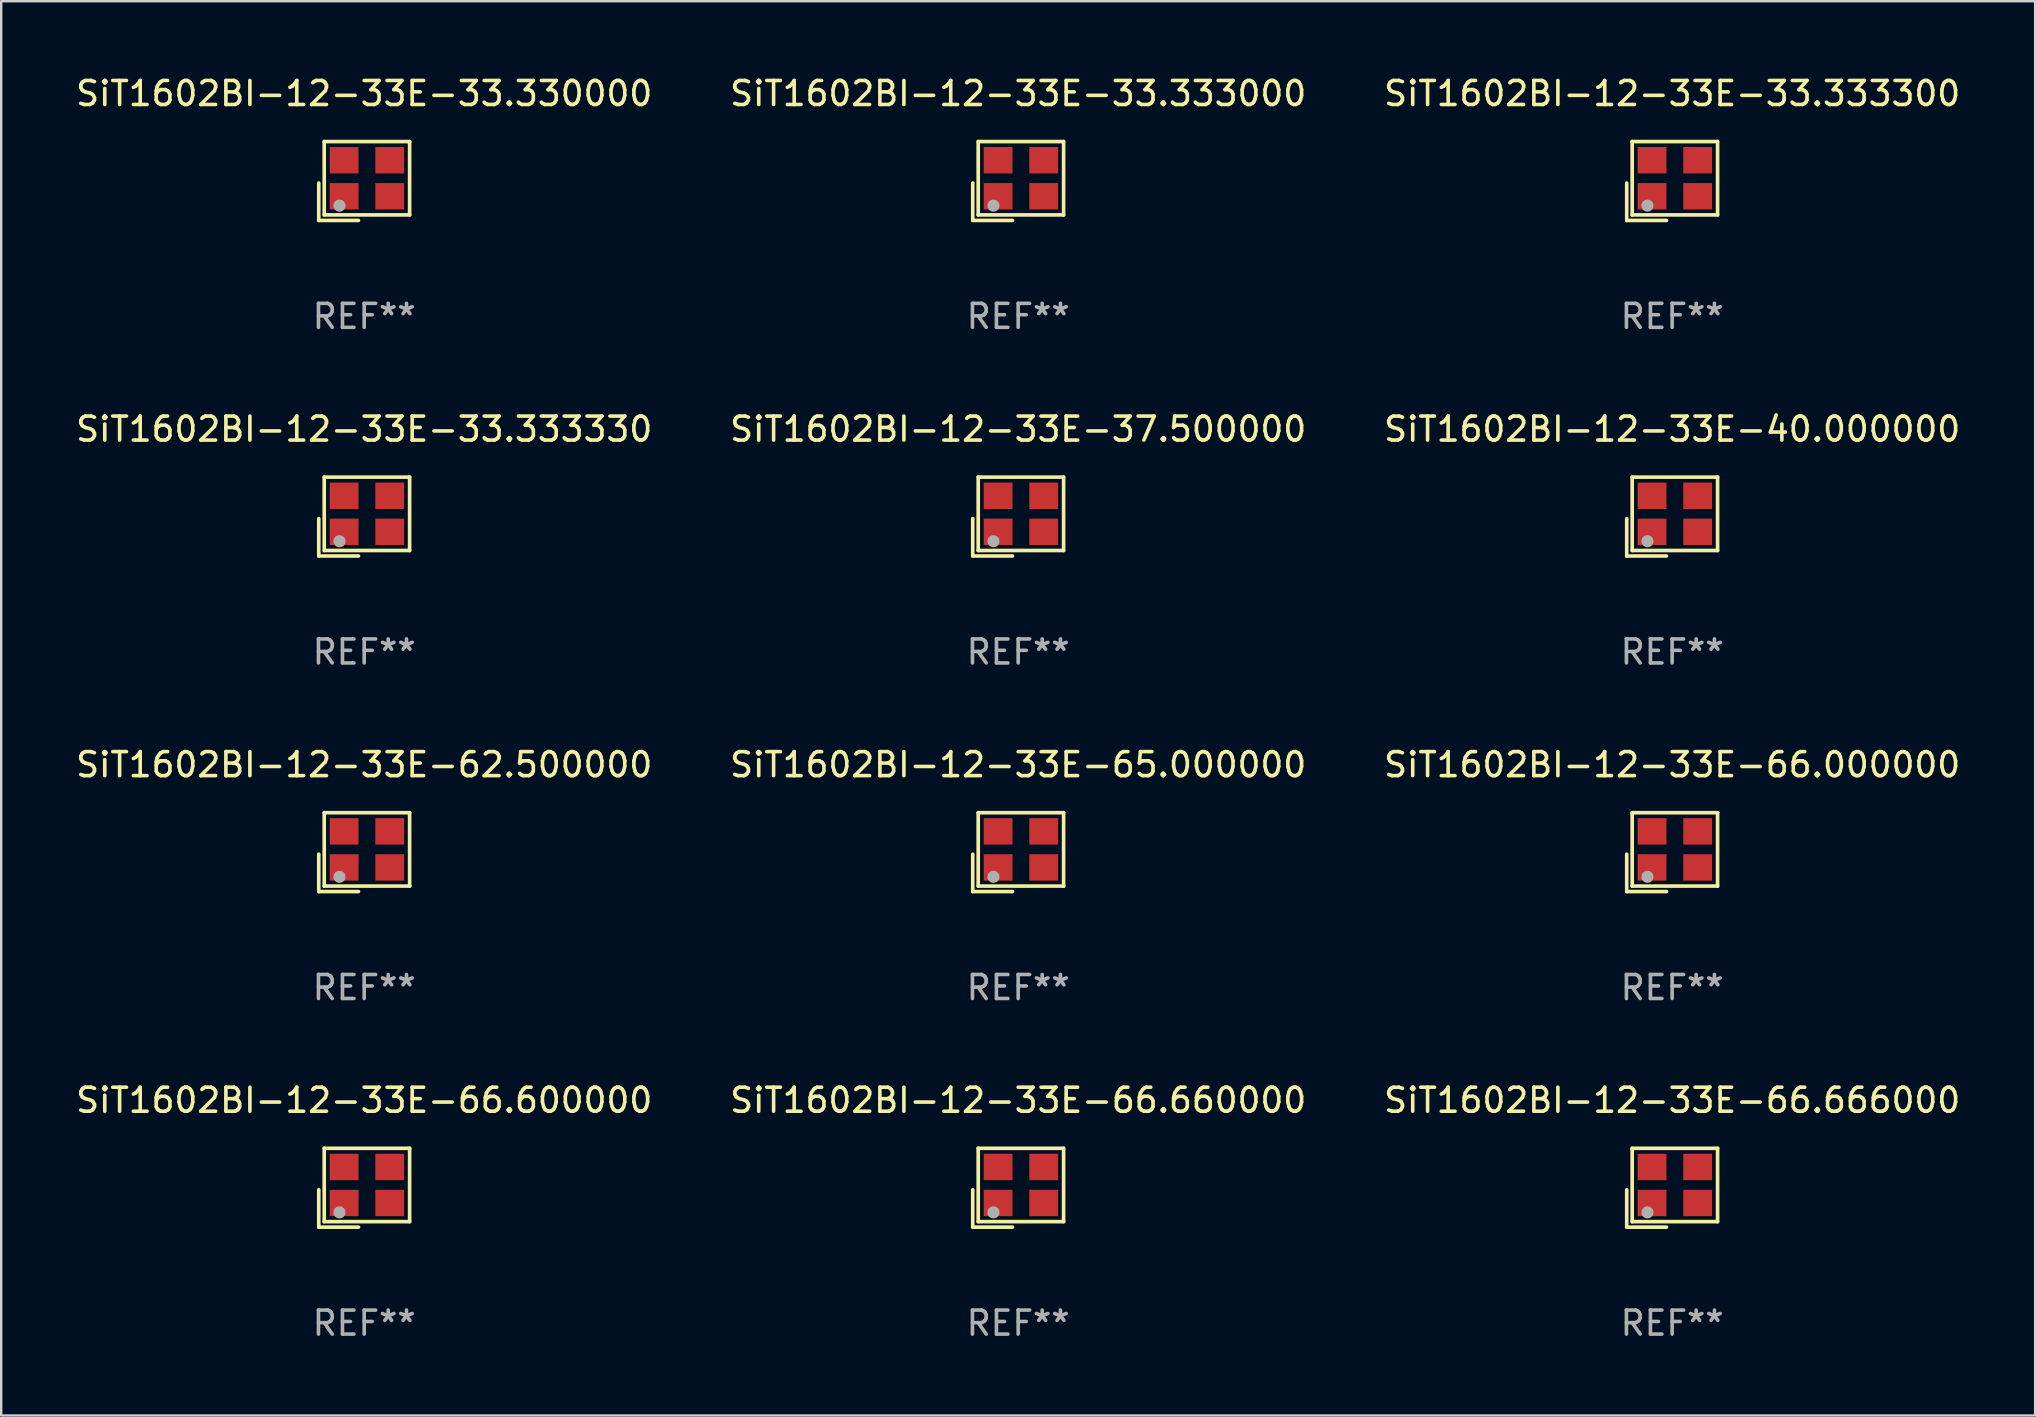
<source format=kicad_pcb>
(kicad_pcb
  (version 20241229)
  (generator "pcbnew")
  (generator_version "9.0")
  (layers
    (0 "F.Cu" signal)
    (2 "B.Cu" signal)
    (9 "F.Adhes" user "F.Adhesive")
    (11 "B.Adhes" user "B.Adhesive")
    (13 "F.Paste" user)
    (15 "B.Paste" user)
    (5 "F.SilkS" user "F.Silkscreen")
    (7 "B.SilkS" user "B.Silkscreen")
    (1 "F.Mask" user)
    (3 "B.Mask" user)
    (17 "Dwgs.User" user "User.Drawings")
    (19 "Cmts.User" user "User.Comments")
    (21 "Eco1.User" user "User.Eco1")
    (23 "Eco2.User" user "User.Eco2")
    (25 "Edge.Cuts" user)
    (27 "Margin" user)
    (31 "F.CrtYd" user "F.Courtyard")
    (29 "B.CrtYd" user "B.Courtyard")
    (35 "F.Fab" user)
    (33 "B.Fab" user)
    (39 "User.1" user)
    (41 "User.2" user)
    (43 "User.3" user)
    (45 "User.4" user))
  (footprint "SiT1602BI-12-33E-33.333330"
    (layer "F.Cu")
    (at 12.125 18.474)
    (property "Reference" "SiT1602BI-12-33E-33.333330" (at 0 -3.643 0) (layer "F.SilkS") (effects (font (size 1 1) (thickness 0.15))))
    (attr through_hole)
    (fp_line (start -1.893 0.086) (end -1.893 1.643) (stroke (width 0.152) (type solid)) (layer "F.SilkS"))
    (fp_line (start -1.893 1.643) (end -0.237 1.643) (stroke (width 0.152) (type solid)) (layer "F.SilkS"))
    (fp_line (start -1.665 -1.643) (end 1.893 -1.643) (stroke (width 0.152) (type solid)) (layer "F.SilkS"))
    (fp_line (start -1.665 1.414) (end -1.665 -1.643) (stroke (width 0.152) (type solid)) (layer "F.SilkS"))
    (fp_line (start 1.893 -1.643) (end 1.893 1.414) (stroke (width 0.152) (type solid)) (layer "F.SilkS"))
    (fp_line (start 1.893 1.414) (end -1.665 1.414) (stroke (width 0.152) (type solid)) (layer "F.SilkS"))
    (fp_circle (center -1.136 0.885) (end -1.106 0.885) (stroke (width 0.06) (type solid)) (fill no) (layer "F.SilkS"))
    (fp_circle (center -1.029 1.028) (end -0.902 1.028) (stroke (width 0.254) (type solid)) (fill no) (layer "F.Fab"))
    (fp_text user "REF**" (at 0 5.643 0) (layer "F.Fab") (effects (font (size 1 1) (thickness 0.15))))
    (pad "1" smd rect (at -0.836 0.636) (size 1.2 1.1) (layers "F.Cu" "F.Mask" "F.Paste"))
    (pad "2" smd rect (at 1.064 0.636) (size 1.2 1.1) (layers "F.Cu" "F.Mask" "F.Paste"))
    (pad "3" smd rect (at 1.064 -0.865) (size 1.2 1.1) (layers "F.Cu" "F.Mask" "F.Paste"))
    (pad "4" smd rect (at -0.836 -0.865) (size 1.2 1.1) (layers "F.Cu" "F.Mask" "F.Paste")))
  (footprint "SiT1602BI-12-33E-66.600000"
    (layer "F.Cu")
    (at 12.125 46.44)
    (property "Reference" "SiT1602BI-12-33E-66.600000" (at 0 -3.643 0) (layer "F.SilkS") (effects (font (size 1 1) (thickness 0.15))))
    (attr through_hole)
    (fp_line (start -1.893 0.086) (end -1.893 1.643) (stroke (width 0.152) (type solid)) (layer "F.SilkS"))
    (fp_line (start -1.893 1.643) (end -0.237 1.643) (stroke (width 0.152) (type solid)) (layer "F.SilkS"))
    (fp_line (start -1.665 -1.643) (end 1.893 -1.643) (stroke (width 0.152) (type solid)) (layer "F.SilkS"))
    (fp_line (start -1.665 1.414) (end -1.665 -1.643) (stroke (width 0.152) (type solid)) (layer "F.SilkS"))
    (fp_line (start 1.893 -1.643) (end 1.893 1.414) (stroke (width 0.152) (type solid)) (layer "F.SilkS"))
    (fp_line (start 1.893 1.414) (end -1.665 1.414) (stroke (width 0.152) (type solid)) (layer "F.SilkS"))
    (fp_circle (center -1.136 0.885) (end -1.106 0.885) (stroke (width 0.06) (type solid)) (fill no) (layer "F.SilkS"))
    (fp_circle (center -1.029 1.028) (end -0.902 1.028) (stroke (width 0.254) (type solid)) (fill no) (layer "F.Fab"))
    (fp_text user "REF**" (at 0 5.643 0) (layer "F.Fab") (effects (font (size 1 1) (thickness 0.15))))
    (pad "1" smd rect (at -0.836 0.636) (size 1.2 1.1) (layers "F.Cu" "F.Mask" "F.Paste"))
    (pad "2" smd rect (at 1.064 0.636) (size 1.2 1.1) (layers "F.Cu" "F.Mask" "F.Paste"))
    (pad "3" smd rect (at 1.064 -0.865) (size 1.2 1.1) (layers "F.Cu" "F.Mask" "F.Paste"))
    (pad "4" smd rect (at -0.836 -0.865) (size 1.2 1.1) (layers "F.Cu" "F.Mask" "F.Paste")))
  (footprint "SiT1602BI-12-33E-65.000000"
    (layer "F.Cu")
    (at 39.375 32.457)
    (property "Reference" "SiT1602BI-12-33E-65.000000" (at 0 -3.643 0) (layer "F.SilkS") (effects (font (size 1 1) (thickness 0.15))))
    (attr through_hole)
    (fp_line (start -1.893 0.086) (end -1.893 1.643) (stroke (width 0.152) (type solid)) (layer "F.SilkS"))
    (fp_line (start -1.893 1.643) (end -0.237 1.643) (stroke (width 0.152) (type solid)) (layer "F.SilkS"))
    (fp_line (start -1.665 -1.643) (end 1.893 -1.643) (stroke (width 0.152) (type solid)) (layer "F.SilkS"))
    (fp_line (start -1.665 1.414) (end -1.665 -1.643) (stroke (width 0.152) (type solid)) (layer "F.SilkS"))
    (fp_line (start 1.893 -1.643) (end 1.893 1.414) (stroke (width 0.152) (type solid)) (layer "F.SilkS"))
    (fp_line (start 1.893 1.414) (end -1.665 1.414) (stroke (width 0.152) (type solid)) (layer "F.SilkS"))
    (fp_circle (center -1.136 0.885) (end -1.106 0.885) (stroke (width 0.06) (type solid)) (fill no) (layer "F.SilkS"))
    (fp_circle (center -1.029 1.028) (end -0.902 1.028) (stroke (width 0.254) (type solid)) (fill no) (layer "F.Fab"))
    (fp_text user "REF**" (at 0 5.643 0) (layer "F.Fab") (effects (font (size 1 1) (thickness 0.15))))
    (pad "1" smd rect (at -0.836 0.636) (size 1.2 1.1) (layers "F.Cu" "F.Mask" "F.Paste"))
    (pad "2" smd rect (at 1.064 0.636) (size 1.2 1.1) (layers "F.Cu" "F.Mask" "F.Paste"))
    (pad "3" smd rect (at 1.064 -0.865) (size 1.2 1.1) (layers "F.Cu" "F.Mask" "F.Paste"))
    (pad "4" smd rect (at -0.836 -0.865) (size 1.2 1.1) (layers "F.Cu" "F.Mask" "F.Paste")))
  (footprint "SiT1602BI-12-33E-33.333000"
    (layer "F.Cu")
    (at 39.375 4.491)
    (property "Reference" "SiT1602BI-12-33E-33.333000" (at 0 -3.643 0) (layer "F.SilkS") (effects (font (size 1 1) (thickness 0.15))))
    (attr through_hole)
    (fp_line (start -1.893 0.086) (end -1.893 1.643) (stroke (width 0.152) (type solid)) (layer "F.SilkS"))
    (fp_line (start -1.893 1.643) (end -0.237 1.643) (stroke (width 0.152) (type solid)) (layer "F.SilkS"))
    (fp_line (start -1.665 -1.643) (end 1.893 -1.643) (stroke (width 0.152) (type solid)) (layer "F.SilkS"))
    (fp_line (start -1.665 1.414) (end -1.665 -1.643) (stroke (width 0.152) (type solid)) (layer "F.SilkS"))
    (fp_line (start 1.893 -1.643) (end 1.893 1.414) (stroke (width 0.152) (type solid)) (layer "F.SilkS"))
    (fp_line (start 1.893 1.414) (end -1.665 1.414) (stroke (width 0.152) (type solid)) (layer "F.SilkS"))
    (fp_circle (center -1.136 0.885) (end -1.106 0.885) (stroke (width 0.06) (type solid)) (fill no) (layer "F.SilkS"))
    (fp_circle (center -1.029 1.028) (end -0.902 1.028) (stroke (width 0.254) (type solid)) (fill no) (layer "F.Fab"))
    (fp_text user "REF**" (at 0 5.643 0) (layer "F.Fab") (effects (font (size 1 1) (thickness 0.15))))
    (pad "1" smd rect (at -0.836 0.636) (size 1.2 1.1) (layers "F.Cu" "F.Mask" "F.Paste"))
    (pad "2" smd rect (at 1.064 0.636) (size 1.2 1.1) (layers "F.Cu" "F.Mask" "F.Paste"))
    (pad "3" smd rect (at 1.064 -0.865) (size 1.2 1.1) (layers "F.Cu" "F.Mask" "F.Paste"))
    (pad "4" smd rect (at -0.836 -0.865) (size 1.2 1.1) (layers "F.Cu" "F.Mask" "F.Paste")))
  (footprint "SiT1602BI-12-33E-33.330000"
    (layer "F.Cu")
    (at 12.125 4.491)
    (property "Reference" "SiT1602BI-12-33E-33.330000" (at 0 -3.643 0) (layer "F.SilkS") (effects (font (size 1 1) (thickness 0.15))))
    (attr through_hole)
    (fp_line (start -1.893 0.086) (end -1.893 1.643) (stroke (width 0.152) (type solid)) (layer "F.SilkS"))
    (fp_line (start -1.893 1.643) (end -0.237 1.643) (stroke (width 0.152) (type solid)) (layer "F.SilkS"))
    (fp_line (start -1.665 -1.643) (end 1.893 -1.643) (stroke (width 0.152) (type solid)) (layer "F.SilkS"))
    (fp_line (start -1.665 1.414) (end -1.665 -1.643) (stroke (width 0.152) (type solid)) (layer "F.SilkS"))
    (fp_line (start 1.893 -1.643) (end 1.893 1.414) (stroke (width 0.152) (type solid)) (layer "F.SilkS"))
    (fp_line (start 1.893 1.414) (end -1.665 1.414) (stroke (width 0.152) (type solid)) (layer "F.SilkS"))
    (fp_circle (center -1.136 0.885) (end -1.106 0.885) (stroke (width 0.06) (type solid)) (fill no) (layer "F.SilkS"))
    (fp_circle (center -1.029 1.028) (end -0.902 1.028) (stroke (width 0.254) (type solid)) (fill no) (layer "F.Fab"))
    (fp_text user "REF**" (at 0 5.643 0) (layer "F.Fab") (effects (font (size 1 1) (thickness 0.15))))
    (pad "1" smd rect (at -0.836 0.636) (size 1.2 1.1) (layers "F.Cu" "F.Mask" "F.Paste"))
    (pad "2" smd rect (at 1.064 0.636) (size 1.2 1.1) (layers "F.Cu" "F.Mask" "F.Paste"))
    (pad "3" smd rect (at 1.064 -0.865) (size 1.2 1.1) (layers "F.Cu" "F.Mask" "F.Paste"))
    (pad "4" smd rect (at -0.836 -0.865) (size 1.2 1.1) (layers "F.Cu" "F.Mask" "F.Paste")))
  (footprint "SiT1602BI-12-33E-66.000000"
    (layer "F.Cu")
    (at 66.625 32.457)
    (property "Reference" "SiT1602BI-12-33E-66.000000" (at 0 -3.643 0) (layer "F.SilkS") (effects (font (size 1 1) (thickness 0.15))))
    (attr through_hole)
    (fp_line (start -1.893 0.086) (end -1.893 1.643) (stroke (width 0.152) (type solid)) (layer "F.SilkS"))
    (fp_line (start -1.893 1.643) (end -0.237 1.643) (stroke (width 0.152) (type solid)) (layer "F.SilkS"))
    (fp_line (start -1.665 -1.643) (end 1.893 -1.643) (stroke (width 0.152) (type solid)) (layer "F.SilkS"))
    (fp_line (start -1.665 1.414) (end -1.665 -1.643) (stroke (width 0.152) (type solid)) (layer "F.SilkS"))
    (fp_line (start 1.893 -1.643) (end 1.893 1.414) (stroke (width 0.152) (type solid)) (layer "F.SilkS"))
    (fp_line (start 1.893 1.414) (end -1.665 1.414) (stroke (width 0.152) (type solid)) (layer "F.SilkS"))
    (fp_circle (center -1.136 0.885) (end -1.106 0.885) (stroke (width 0.06) (type solid)) (fill no) (layer "F.SilkS"))
    (fp_circle (center -1.029 1.028) (end -0.902 1.028) (stroke (width 0.254) (type solid)) (fill no) (layer "F.Fab"))
    (fp_text user "REF**" (at 0 5.643 0) (layer "F.Fab") (effects (font (size 1 1) (thickness 0.15))))
    (pad "1" smd rect (at -0.836 0.636) (size 1.2 1.1) (layers "F.Cu" "F.Mask" "F.Paste"))
    (pad "2" smd rect (at 1.064 0.636) (size 1.2 1.1) (layers "F.Cu" "F.Mask" "F.Paste"))
    (pad "3" smd rect (at 1.064 -0.865) (size 1.2 1.1) (layers "F.Cu" "F.Mask" "F.Paste"))
    (pad "4" smd rect (at -0.836 -0.865) (size 1.2 1.1) (layers "F.Cu" "F.Mask" "F.Paste")))
  (footprint "SiT1602BI-12-33E-37.500000"
    (layer "F.Cu")
    (at 39.375 18.474)
    (property "Reference" "SiT1602BI-12-33E-37.500000" (at 0 -3.643 0) (layer "F.SilkS") (effects (font (size 1 1) (thickness 0.15))))
    (attr through_hole)
    (fp_line (start -1.893 0.086) (end -1.893 1.643) (stroke (width 0.152) (type solid)) (layer "F.SilkS"))
    (fp_line (start -1.893 1.643) (end -0.237 1.643) (stroke (width 0.152) (type solid)) (layer "F.SilkS"))
    (fp_line (start -1.665 -1.643) (end 1.893 -1.643) (stroke (width 0.152) (type solid)) (layer "F.SilkS"))
    (fp_line (start -1.665 1.414) (end -1.665 -1.643) (stroke (width 0.152) (type solid)) (layer "F.SilkS"))
    (fp_line (start 1.893 -1.643) (end 1.893 1.414) (stroke (width 0.152) (type solid)) (layer "F.SilkS"))
    (fp_line (start 1.893 1.414) (end -1.665 1.414) (stroke (width 0.152) (type solid)) (layer "F.SilkS"))
    (fp_circle (center -1.136 0.885) (end -1.106 0.885) (stroke (width 0.06) (type solid)) (fill no) (layer "F.SilkS"))
    (fp_circle (center -1.029 1.028) (end -0.902 1.028) (stroke (width 0.254) (type solid)) (fill no) (layer "F.Fab"))
    (fp_text user "REF**" (at 0 5.643 0) (layer "F.Fab") (effects (font (size 1 1) (thickness 0.15))))
    (pad "1" smd rect (at -0.836 0.636) (size 1.2 1.1) (layers "F.Cu" "F.Mask" "F.Paste"))
    (pad "2" smd rect (at 1.064 0.636) (size 1.2 1.1) (layers "F.Cu" "F.Mask" "F.Paste"))
    (pad "3" smd rect (at 1.064 -0.865) (size 1.2 1.1) (layers "F.Cu" "F.Mask" "F.Paste"))
    (pad "4" smd rect (at -0.836 -0.865) (size 1.2 1.1) (layers "F.Cu" "F.Mask" "F.Paste")))
  (footprint "SiT1602BI-12-33E-33.333300"
    (layer "F.Cu")
    (at 66.625 4.491)
    (property "Reference" "SiT1602BI-12-33E-33.333300" (at 0 -3.643 0) (layer "F.SilkS") (effects (font (size 1 1) (thickness 0.15))))
    (attr through_hole)
    (fp_line (start -1.893 0.086) (end -1.893 1.643) (stroke (width 0.152) (type solid)) (layer "F.SilkS"))
    (fp_line (start -1.893 1.643) (end -0.237 1.643) (stroke (width 0.152) (type solid)) (layer "F.SilkS"))
    (fp_line (start -1.665 -1.643) (end 1.893 -1.643) (stroke (width 0.152) (type solid)) (layer "F.SilkS"))
    (fp_line (start -1.665 1.414) (end -1.665 -1.643) (stroke (width 0.152) (type solid)) (layer "F.SilkS"))
    (fp_line (start 1.893 -1.643) (end 1.893 1.414) (stroke (width 0.152) (type solid)) (layer "F.SilkS"))
    (fp_line (start 1.893 1.414) (end -1.665 1.414) (stroke (width 0.152) (type solid)) (layer "F.SilkS"))
    (fp_circle (center -1.136 0.885) (end -1.106 0.885) (stroke (width 0.06) (type solid)) (fill no) (layer "F.SilkS"))
    (fp_circle (center -1.029 1.028) (end -0.902 1.028) (stroke (width 0.254) (type solid)) (fill no) (layer "F.Fab"))
    (fp_text user "REF**" (at 0 5.643 0) (layer "F.Fab") (effects (font (size 1 1) (thickness 0.15))))
    (pad "1" smd rect (at -0.836 0.636) (size 1.2 1.1) (layers "F.Cu" "F.Mask" "F.Paste"))
    (pad "2" smd rect (at 1.064 0.636) (size 1.2 1.1) (layers "F.Cu" "F.Mask" "F.Paste"))
    (pad "3" smd rect (at 1.064 -0.865) (size 1.2 1.1) (layers "F.Cu" "F.Mask" "F.Paste"))
    (pad "4" smd rect (at -0.836 -0.865) (size 1.2 1.1) (layers "F.Cu" "F.Mask" "F.Paste")))
  (footprint "SiT1602BI-12-33E-66.666000"
    (layer "F.Cu")
    (at 66.625 46.44)
    (property "Reference" "SiT1602BI-12-33E-66.666000" (at 0 -3.643 0) (layer "F.SilkS") (effects (font (size 1 1) (thickness 0.15))))
    (attr through_hole)
    (fp_line (start -1.893 0.086) (end -1.893 1.643) (stroke (width 0.152) (type solid)) (layer "F.SilkS"))
    (fp_line (start -1.893 1.643) (end -0.237 1.643) (stroke (width 0.152) (type solid)) (layer "F.SilkS"))
    (fp_line (start -1.665 -1.643) (end 1.893 -1.643) (stroke (width 0.152) (type solid)) (layer "F.SilkS"))
    (fp_line (start -1.665 1.414) (end -1.665 -1.643) (stroke (width 0.152) (type solid)) (layer "F.SilkS"))
    (fp_line (start 1.893 -1.643) (end 1.893 1.414) (stroke (width 0.152) (type solid)) (layer "F.SilkS"))
    (fp_line (start 1.893 1.414) (end -1.665 1.414) (stroke (width 0.152) (type solid)) (layer "F.SilkS"))
    (fp_circle (center -1.136 0.885) (end -1.106 0.885) (stroke (width 0.06) (type solid)) (fill no) (layer "F.SilkS"))
    (fp_circle (center -1.029 1.028) (end -0.902 1.028) (stroke (width 0.254) (type solid)) (fill no) (layer "F.Fab"))
    (fp_text user "REF**" (at 0 5.643 0) (layer "F.Fab") (effects (font (size 1 1) (thickness 0.15))))
    (pad "1" smd rect (at -0.836 0.636) (size 1.2 1.1) (layers "F.Cu" "F.Mask" "F.Paste"))
    (pad "2" smd rect (at 1.064 0.636) (size 1.2 1.1) (layers "F.Cu" "F.Mask" "F.Paste"))
    (pad "3" smd rect (at 1.064 -0.865) (size 1.2 1.1) (layers "F.Cu" "F.Mask" "F.Paste"))
    (pad "4" smd rect (at -0.836 -0.865) (size 1.2 1.1) (layers "F.Cu" "F.Mask" "F.Paste")))
  (footprint "SiT1602BI-12-33E-66.660000"
    (layer "F.Cu")
    (at 39.375 46.44)
    (property "Reference" "SiT1602BI-12-33E-66.660000" (at 0 -3.643 0) (layer "F.SilkS") (effects (font (size 1 1) (thickness 0.15))))
    (attr through_hole)
    (fp_line (start -1.893 0.086) (end -1.893 1.643) (stroke (width 0.152) (type solid)) (layer "F.SilkS"))
    (fp_line (start -1.893 1.643) (end -0.237 1.643) (stroke (width 0.152) (type solid)) (layer "F.SilkS"))
    (fp_line (start -1.665 -1.643) (end 1.893 -1.643) (stroke (width 0.152) (type solid)) (layer "F.SilkS"))
    (fp_line (start -1.665 1.414) (end -1.665 -1.643) (stroke (width 0.152) (type solid)) (layer "F.SilkS"))
    (fp_line (start 1.893 -1.643) (end 1.893 1.414) (stroke (width 0.152) (type solid)) (layer "F.SilkS"))
    (fp_line (start 1.893 1.414) (end -1.665 1.414) (stroke (width 0.152) (type solid)) (layer "F.SilkS"))
    (fp_circle (center -1.136 0.885) (end -1.106 0.885) (stroke (width 0.06) (type solid)) (fill no) (layer "F.SilkS"))
    (fp_circle (center -1.029 1.028) (end -0.902 1.028) (stroke (width 0.254) (type solid)) (fill no) (layer "F.Fab"))
    (fp_text user "REF**" (at 0 5.643 0) (layer "F.Fab") (effects (font (size 1 1) (thickness 0.15))))
    (pad "1" smd rect (at -0.836 0.636) (size 1.2 1.1) (layers "F.Cu" "F.Mask" "F.Paste"))
    (pad "2" smd rect (at 1.064 0.636) (size 1.2 1.1) (layers "F.Cu" "F.Mask" "F.Paste"))
    (pad "3" smd rect (at 1.064 -0.865) (size 1.2 1.1) (layers "F.Cu" "F.Mask" "F.Paste"))
    (pad "4" smd rect (at -0.836 -0.865) (size 1.2 1.1) (layers "F.Cu" "F.Mask" "F.Paste")))
  (footprint "SiT1602BI-12-33E-62.500000"
    (layer "F.Cu")
    (at 12.125 32.457)
    (property "Reference" "SiT1602BI-12-33E-62.500000" (at 0 -3.643 0) (layer "F.SilkS") (effects (font (size 1 1) (thickness 0.15))))
    (attr through_hole)
    (fp_line (start -1.893 0.086) (end -1.893 1.643) (stroke (width 0.152) (type solid)) (layer "F.SilkS"))
    (fp_line (start -1.893 1.643) (end -0.237 1.643) (stroke (width 0.152) (type solid)) (layer "F.SilkS"))
    (fp_line (start -1.665 -1.643) (end 1.893 -1.643) (stroke (width 0.152) (type solid)) (layer "F.SilkS"))
    (fp_line (start -1.665 1.414) (end -1.665 -1.643) (stroke (width 0.152) (type solid)) (layer "F.SilkS"))
    (fp_line (start 1.893 -1.643) (end 1.893 1.414) (stroke (width 0.152) (type solid)) (layer "F.SilkS"))
    (fp_line (start 1.893 1.414) (end -1.665 1.414) (stroke (width 0.152) (type solid)) (layer "F.SilkS"))
    (fp_circle (center -1.136 0.885) (end -1.106 0.885) (stroke (width 0.06) (type solid)) (fill no) (layer "F.SilkS"))
    (fp_circle (center -1.029 1.028) (end -0.902 1.028) (stroke (width 0.254) (type solid)) (fill no) (layer "F.Fab"))
    (fp_text user "REF**" (at 0 5.643 0) (layer "F.Fab") (effects (font (size 1 1) (thickness 0.15))))
    (pad "1" smd rect (at -0.836 0.636) (size 1.2 1.1) (layers "F.Cu" "F.Mask" "F.Paste"))
    (pad "2" smd rect (at 1.064 0.636) (size 1.2 1.1) (layers "F.Cu" "F.Mask" "F.Paste"))
    (pad "3" smd rect (at 1.064 -0.865) (size 1.2 1.1) (layers "F.Cu" "F.Mask" "F.Paste"))
    (pad "4" smd rect (at -0.836 -0.865) (size 1.2 1.1) (layers "F.Cu" "F.Mask" "F.Paste")))
  (footprint "SiT1602BI-12-33E-40.000000"
    (layer "F.Cu")
    (at 66.625 18.474)
    (property "Reference" "SiT1602BI-12-33E-40.000000" (at 0 -3.643 0) (layer "F.SilkS") (effects (font (size 1 1) (thickness 0.15))))
    (attr through_hole)
    (fp_line (start -1.893 0.086) (end -1.893 1.643) (stroke (width 0.152) (type solid)) (layer "F.SilkS"))
    (fp_line (start -1.893 1.643) (end -0.237 1.643) (stroke (width 0.152) (type solid)) (layer "F.SilkS"))
    (fp_line (start -1.665 -1.643) (end 1.893 -1.643) (stroke (width 0.152) (type solid)) (layer "F.SilkS"))
    (fp_line (start -1.665 1.414) (end -1.665 -1.643) (stroke (width 0.152) (type solid)) (layer "F.SilkS"))
    (fp_line (start 1.893 -1.643) (end 1.893 1.414) (stroke (width 0.152) (type solid)) (layer "F.SilkS"))
    (fp_line (start 1.893 1.414) (end -1.665 1.414) (stroke (width 0.152) (type solid)) (layer "F.SilkS"))
    (fp_circle (center -1.136 0.885) (end -1.106 0.885) (stroke (width 0.06) (type solid)) (fill no) (layer "F.SilkS"))
    (fp_circle (center -1.029 1.028) (end -0.902 1.028) (stroke (width 0.254) (type solid)) (fill no) (layer "F.Fab"))
    (fp_text user "REF**" (at 0 5.643 0) (layer "F.Fab") (effects (font (size 1 1) (thickness 0.15))))
    (pad "1" smd rect (at -0.836 0.636) (size 1.2 1.1) (layers "F.Cu" "F.Mask" "F.Paste"))
    (pad "2" smd rect (at 1.064 0.636) (size 1.2 1.1) (layers "F.Cu" "F.Mask" "F.Paste"))
    (pad "3" smd rect (at 1.064 -0.865) (size 1.2 1.1) (layers "F.Cu" "F.Mask" "F.Paste"))
    (pad "4" smd rect (at -0.836 -0.865) (size 1.2 1.1) (layers "F.Cu" "F.Mask" "F.Paste")))
  (gr_rect
    (start -3 -3)
    (end 81.75 55.931)
    (stroke (width 0.1) (type default))
    (fill no)
    (layer "Edge.Cuts")))
</source>
